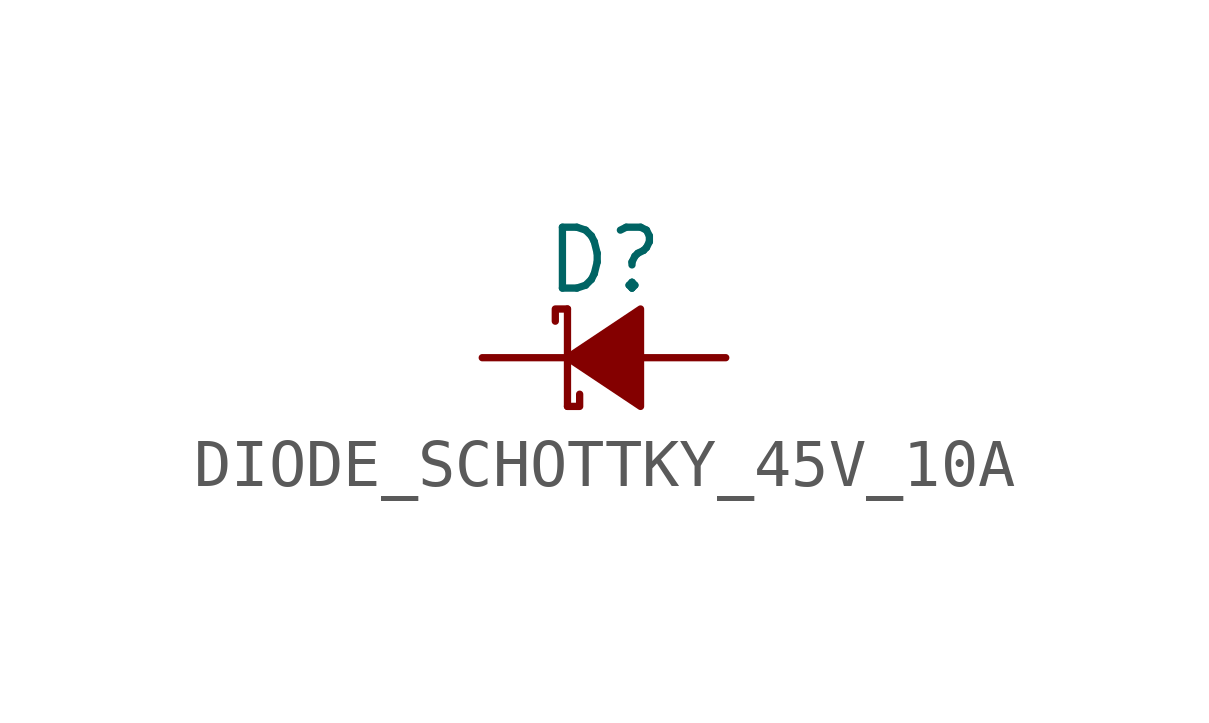
<source format=kicad_sym>
(kicad_symbol_lib
  (version 20211014)
  (generator kicad_symbol_editor)
  (symbol "DIODE_SCHOTTKY_45V_10A"
    (pin_numbers hide)
    (pin_names
      (offset 0.254) hide)
    (property "Reference" "D"
      (at -1.27 2.032 0)
      (effects (font (size 1.27 1.27)) (justify left)))
    (symbol "DIODE_SCHOTTKY_45V_10A_0_1"
      (polyline (pts (xy -0.762 -1.016) (xy -0.762 1.016)) (stroke (width 0) (type default) (color 0 0 0 0)) (fill (type none)))
      (polyline (pts (xy -0.762 -1.016) (xy -0.508 -1.016) (xy -0.508 -0.762)) (stroke (width 0) (type default) (color 0 0 0 0)) (fill (type none)))
      (polyline (pts (xy -0.762 1.016) (xy -1.016 1.016) (xy -1.016 0.762)) (stroke (width 0) (type default) (color 0 0 0 0)) (fill (type none)))
      (polyline (pts (xy 0.762 -1.016) (xy -0.762 0) (xy 0.762 1.016) (xy 0.762 -1.016)) (stroke (width 0) (type default) (color 0 0 0 0)) (fill (type outline))))
    (symbol "DIODE_SCHOTTKY_45V_10A_1_1"
      (pin passive line (at -2.54 0 0) (length 1.778) (name "K" (effects (font (size 1.27 1.27)))) (number "1" (effects (font (size 1.27 1.27)))))
      (pin passive line (at 2.54 0 180) (length 1.778) (name "A" (effects (font (size 1.27 1.27)))) (number "2" (effects (font (size 1.27 1.27))))))))
</source>
